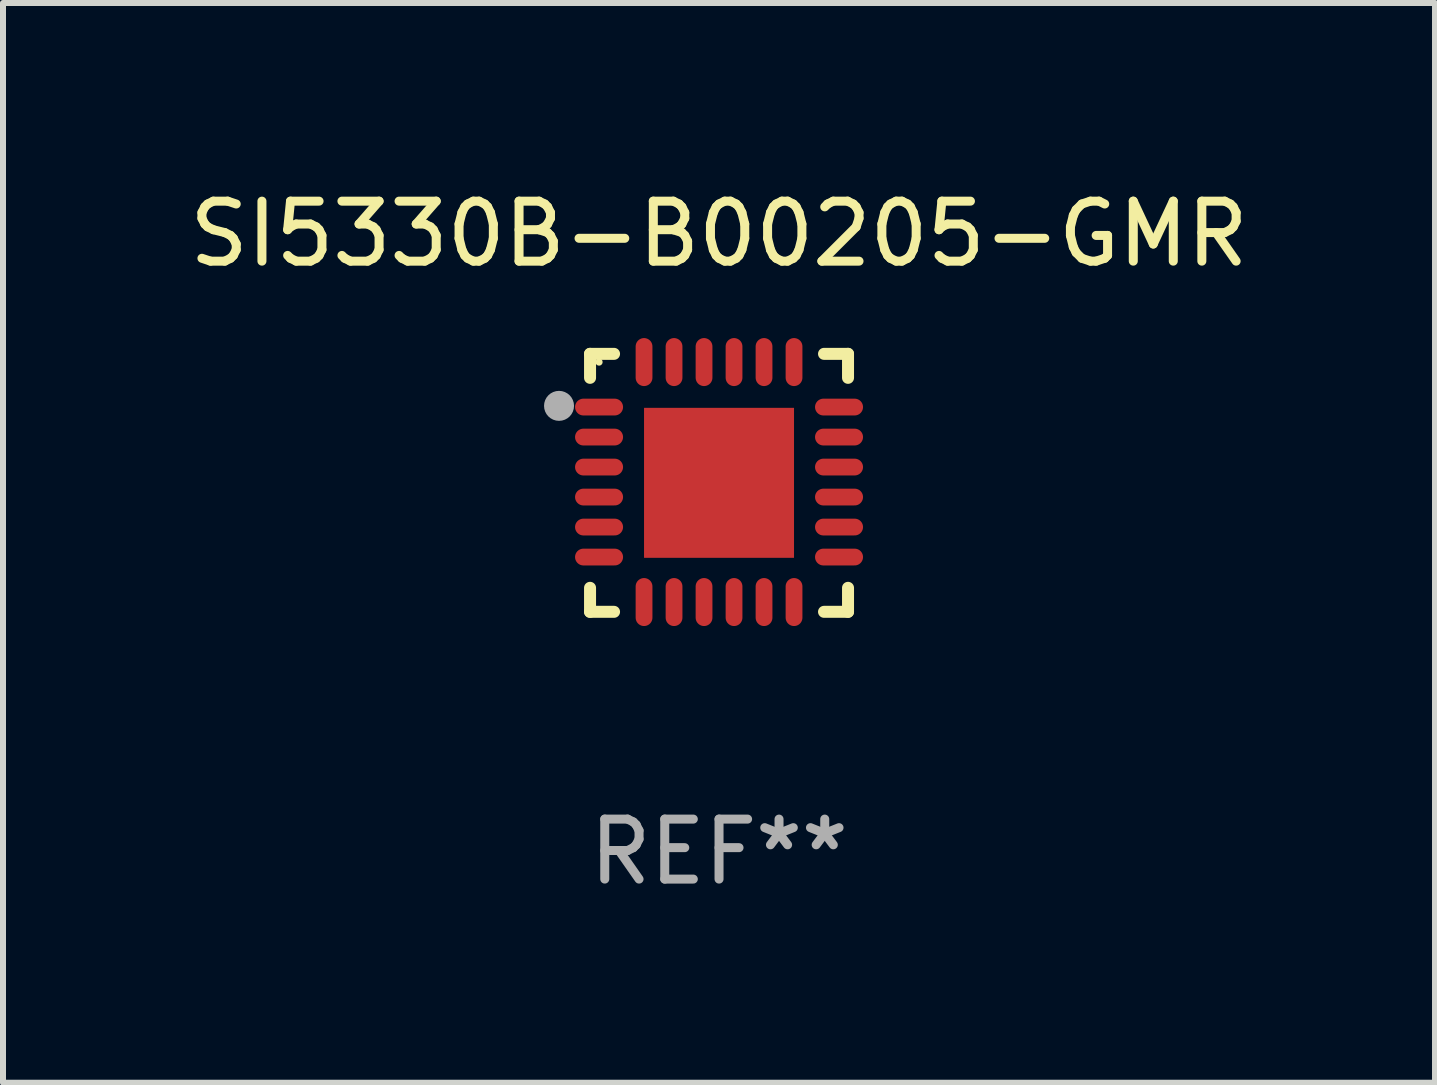
<source format=kicad_pcb>
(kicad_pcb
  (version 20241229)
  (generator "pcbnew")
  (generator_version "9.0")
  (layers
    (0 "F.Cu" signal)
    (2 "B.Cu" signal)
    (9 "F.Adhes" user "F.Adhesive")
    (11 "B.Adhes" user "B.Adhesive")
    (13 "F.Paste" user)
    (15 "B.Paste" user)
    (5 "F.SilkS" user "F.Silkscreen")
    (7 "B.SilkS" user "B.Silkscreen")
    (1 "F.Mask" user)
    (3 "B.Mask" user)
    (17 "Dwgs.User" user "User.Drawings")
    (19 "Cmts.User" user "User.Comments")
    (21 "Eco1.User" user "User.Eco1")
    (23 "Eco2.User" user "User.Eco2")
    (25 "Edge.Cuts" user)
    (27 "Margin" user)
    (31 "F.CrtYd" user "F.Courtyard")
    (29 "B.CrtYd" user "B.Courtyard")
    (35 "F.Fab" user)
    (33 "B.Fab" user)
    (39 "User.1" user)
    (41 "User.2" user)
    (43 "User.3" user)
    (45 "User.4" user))
  (footprint "SI5330B-B00205-GMR"
    (layer "F.Cu")
    (at 8.935 4.998)
    (property "Reference" "SI5330B-B00205-GMR" (at 0 -4.15 0) (layer "F.SilkS") (effects (font (size 1 1) (thickness 0.15))))
    (attr through_hole)
    (fp_line (start -2.15 -2.15) (end -1.75 -2.15) (stroke (width 0.2) (type solid)) (layer "F.SilkS"))
    (fp_line (start -2.15 -1.75) (end -2.15 -2.15) (stroke (width 0.2) (type solid)) (layer "F.SilkS"))
    (fp_line (start -2.15 2.15) (end -2.15 1.75) (stroke (width 0.2) (type solid)) (layer "F.SilkS"))
    (fp_line (start -1.75 2.15) (end -2.15 2.15) (stroke (width 0.2) (type solid)) (layer "F.SilkS"))
    (fp_line (start 1.75 -2.15) (end 2.15 -2.15) (stroke (width 0.2) (type solid)) (layer "F.SilkS"))
    (fp_line (start 1.75 2.15) (end 2.15 2.15) (stroke (width 0.2) (type solid)) (layer "F.SilkS"))
    (fp_line (start 2.15 -2.15) (end 2.15 -1.75) (stroke (width 0.2) (type solid)) (layer "F.SilkS"))
    (fp_line (start 2.15 2.15) (end 2.15 1.75) (stroke (width 0.2) (type solid)) (layer "F.SilkS"))
    (fp_circle (center -2 -2.013) (end -1.97 -2.013) (stroke (width 0.06) (type solid)) (fill no) (layer "F.SilkS"))
    (fp_circle (center -2.667 -1.283) (end -2.542 -1.283) (stroke (width 0.25) (type solid)) (fill no) (layer "F.Fab"))
    (fp_text user "REF**" (at 0 6.15 0) (layer "F.Fab") (effects (font (size 1 1) (thickness 0.15))))
    (pad "1" smd oval (at -2 -1.263) (size 0.8 0.28) (layers "F.Cu" "F.Mask" "F.Paste"))
    (pad "2" smd oval (at -2 -0.763) (size 0.8 0.28) (layers "F.Cu" "F.Mask" "F.Paste"))
    (pad "3" smd oval (at -2 -0.263) (size 0.8 0.28) (layers "F.Cu" "F.Mask" "F.Paste"))
    (pad "4" smd oval (at -2 0.237) (size 0.8 0.28) (layers "F.Cu" "F.Mask" "F.Paste"))
    (pad "5" smd oval (at -2 0.737) (size 0.8 0.28) (layers "F.Cu" "F.Mask" "F.Paste"))
    (pad "6" smd oval (at -2 1.237) (size 0.8 0.28) (layers "F.Cu" "F.Mask" "F.Paste"))
    (pad "7" smd oval (at -1.25 1.987) (size 0.28 0.8) (layers "F.Cu" "F.Mask" "F.Paste"))
    (pad "8" smd oval (at -0.75 1.987) (size 0.28 0.8) (layers "F.Cu" "F.Mask" "F.Paste"))
    (pad "9" smd oval (at -0.25 1.987) (size 0.28 0.8) (layers "F.Cu" "F.Mask" "F.Paste"))
    (pad "10" smd oval (at 0.25 1.987) (size 0.28 0.8) (layers "F.Cu" "F.Mask" "F.Paste"))
    (pad "11" smd oval (at 0.75 1.987) (size 0.28 0.8) (layers "F.Cu" "F.Mask" "F.Paste"))
    (pad "12" smd oval (at 1.25 1.987) (size 0.28 0.8) (layers "F.Cu" "F.Mask" "F.Paste"))
    (pad "13" smd oval (at 2 1.237) (size 0.8 0.28) (layers "F.Cu" "F.Mask" "F.Paste"))
    (pad "14" smd oval (at 2 0.737) (size 0.8 0.28) (layers "F.Cu" "F.Mask" "F.Paste"))
    (pad "15" smd oval (at 2 0.237) (size 0.8 0.28) (layers "F.Cu" "F.Mask" "F.Paste"))
    (pad "16" smd oval (at 2 -0.263) (size 0.8 0.28) (layers "F.Cu" "F.Mask" "F.Paste"))
    (pad "17" smd oval (at 2 -0.763) (size 0.8 0.28) (layers "F.Cu" "F.Mask" "F.Paste"))
    (pad "18" smd oval (at 2 -1.263) (size 0.8 0.28) (layers "F.Cu" "F.Mask" "F.Paste"))
    (pad "19" smd oval (at 1.25 -2.013) (size 0.28 0.8) (layers "F.Cu" "F.Mask" "F.Paste"))
    (pad "20" smd oval (at 0.75 -2.013) (size 0.28 0.8) (layers "F.Cu" "F.Mask" "F.Paste"))
    (pad "21" smd oval (at 0.25 -2.013) (size 0.28 0.8) (layers "F.Cu" "F.Mask" "F.Paste"))
    (pad "22" smd oval (at -0.25 -2.013) (size 0.28 0.8) (layers "F.Cu" "F.Mask" "F.Paste"))
    (pad "23" smd oval (at -0.75 -2.013) (size 0.28 0.8) (layers "F.Cu" "F.Mask" "F.Paste"))
    (pad "24" smd oval (at -1.25 -2.013) (size 0.28 0.8) (layers "F.Cu" "F.Mask" "F.Paste"))
    (pad "25" smd rect (at -0.000127 -0.00014) (size 2.5 2.5) (layers "F.Cu" "F.Mask" "F.Paste")))
  (gr_rect
    (start -3 -3)
    (end 20.869 14.997)
    (stroke (width 0.1) (type default))
    (fill no)
    (layer "Edge.Cuts")))
</source>
